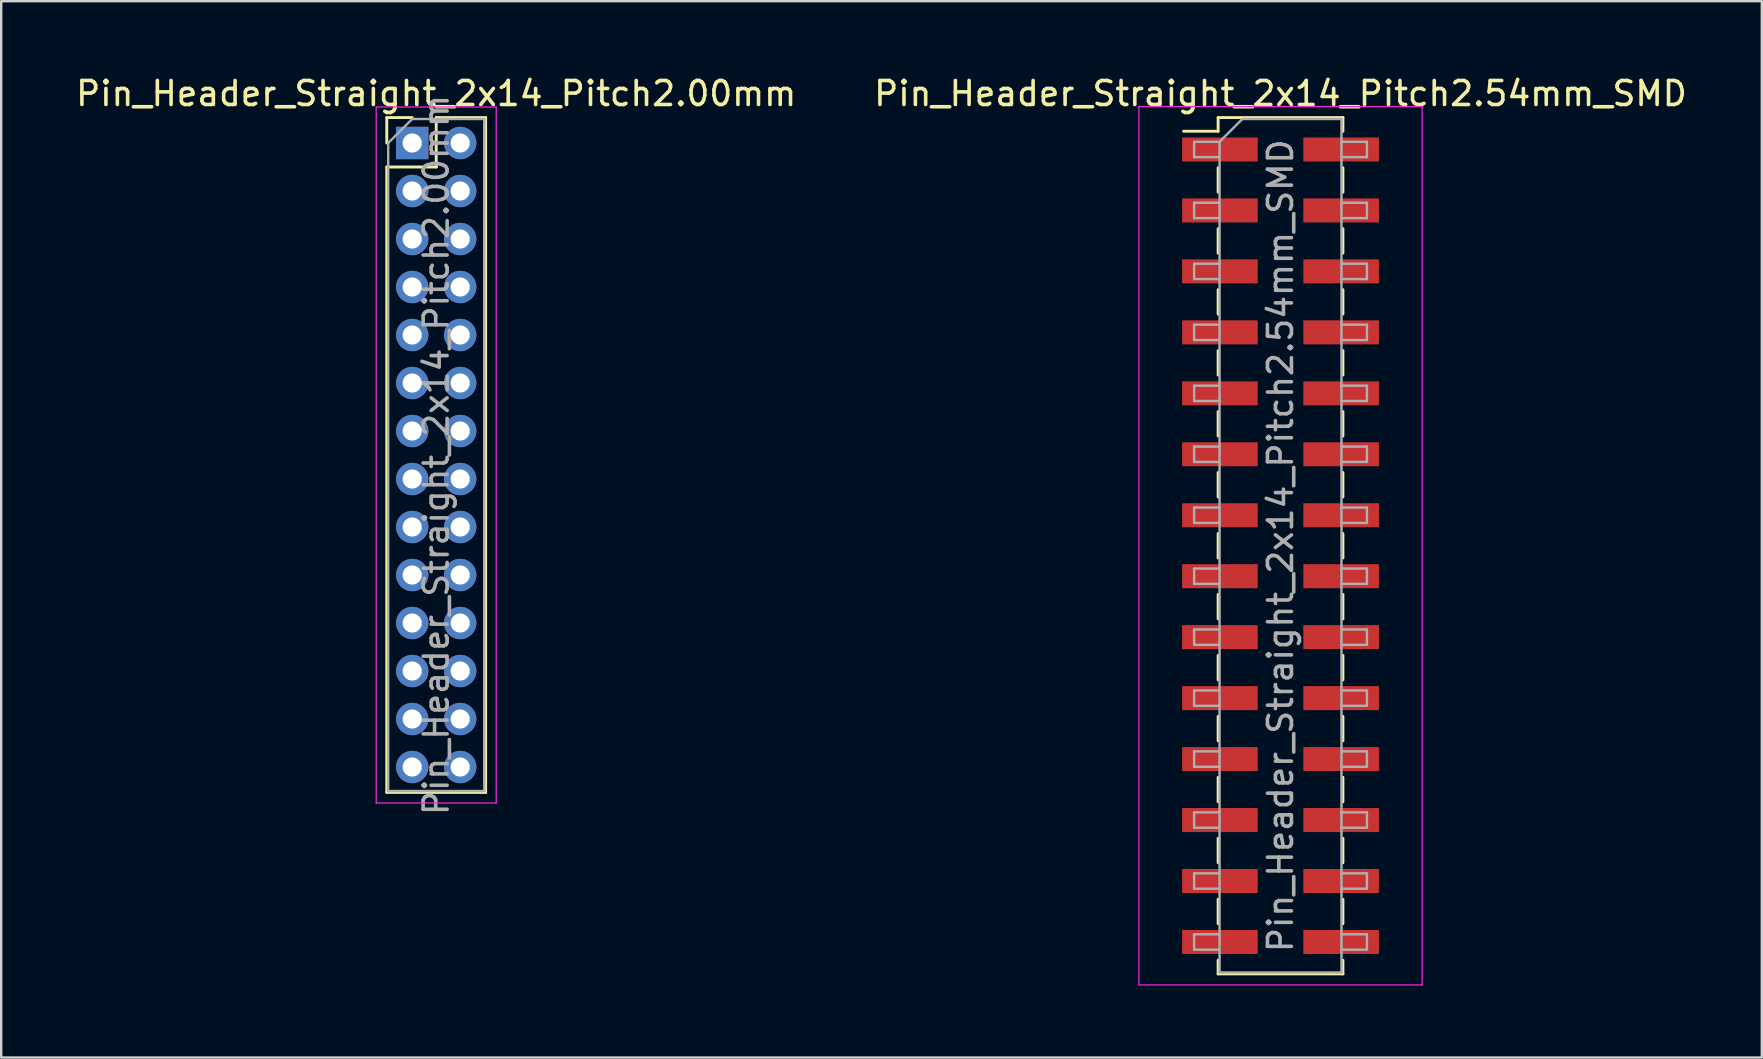
<source format=kicad_pcb>
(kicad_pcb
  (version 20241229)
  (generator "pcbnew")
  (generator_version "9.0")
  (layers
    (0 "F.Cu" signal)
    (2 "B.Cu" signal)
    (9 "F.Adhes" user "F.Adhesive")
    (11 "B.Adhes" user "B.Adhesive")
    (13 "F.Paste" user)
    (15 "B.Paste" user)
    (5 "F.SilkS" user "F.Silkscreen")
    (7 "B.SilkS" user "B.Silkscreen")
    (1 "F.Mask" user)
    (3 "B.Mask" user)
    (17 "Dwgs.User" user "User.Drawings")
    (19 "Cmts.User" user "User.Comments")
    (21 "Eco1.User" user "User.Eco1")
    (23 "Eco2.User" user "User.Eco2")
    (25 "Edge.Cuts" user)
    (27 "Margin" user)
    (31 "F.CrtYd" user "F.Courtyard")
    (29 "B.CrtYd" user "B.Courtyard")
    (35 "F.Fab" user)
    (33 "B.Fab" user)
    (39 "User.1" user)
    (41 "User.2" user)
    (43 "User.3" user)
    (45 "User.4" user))
  (footprint "Pin_Header_Straight_2x14_Pitch2.54mm_SMD"
    (layer "F.Cu")
    (at 50.304 19.688)
    (property "Reference" "Pin_Header_Straight_2x14_Pitch2.54mm_SMD" (at 0 -18.84 0) (layer "F.SilkS") (effects (font (size 1 1) (thickness 0.15))))
    (attr smd)
    (fp_line (start -4.04 -17.27) (end -2.6 -17.27) (stroke (width 0.12) (type solid)) (layer "F.SilkS"))
    (fp_line (start -2.6 -17.84) (end -2.6 -17.27) (stroke (width 0.12) (type solid)) (layer "F.SilkS"))
    (fp_line (start -2.6 -17.84) (end 2.6 -17.84) (stroke (width 0.12) (type solid)) (layer "F.SilkS"))
    (fp_line (start -2.6 -15.75) (end -2.6 -14.73) (stroke (width 0.12) (type solid)) (layer "F.SilkS"))
    (fp_line (start -2.6 -13.21) (end -2.6 -12.19) (stroke (width 0.12) (type solid)) (layer "F.SilkS"))
    (fp_line (start -2.6 -10.67) (end -2.6 -9.65) (stroke (width 0.12) (type solid)) (layer "F.SilkS"))
    (fp_line (start -2.6 -8.13) (end -2.6 -7.11) (stroke (width 0.12) (type solid)) (layer "F.SilkS"))
    (fp_line (start -2.6 -5.59) (end -2.6 -4.57) (stroke (width 0.12) (type solid)) (layer "F.SilkS"))
    (fp_line (start -2.6 -3.05) (end -2.6 -2.03) (stroke (width 0.12) (type solid)) (layer "F.SilkS"))
    (fp_line (start -2.6 -0.51) (end -2.6 0.51) (stroke (width 0.12) (type solid)) (layer "F.SilkS"))
    (fp_line (start -2.6 2.03) (end -2.6 3.05) (stroke (width 0.12) (type solid)) (layer "F.SilkS"))
    (fp_line (start -2.6 4.57) (end -2.6 5.59) (stroke (width 0.12) (type solid)) (layer "F.SilkS"))
    (fp_line (start -2.6 7.11) (end -2.6 8.13) (stroke (width 0.12) (type solid)) (layer "F.SilkS"))
    (fp_line (start -2.6 9.65) (end -2.6 10.67) (stroke (width 0.12) (type solid)) (layer "F.SilkS"))
    (fp_line (start -2.6 12.19) (end -2.6 13.21) (stroke (width 0.12) (type solid)) (layer "F.SilkS"))
    (fp_line (start -2.6 14.73) (end -2.6 15.75) (stroke (width 0.12) (type solid)) (layer "F.SilkS"))
    (fp_line (start -2.6 17.27) (end -2.6 17.84) (stroke (width 0.12) (type solid)) (layer "F.SilkS"))
    (fp_line (start -2.6 17.84) (end 2.6 17.84) (stroke (width 0.12) (type solid)) (layer "F.SilkS"))
    (fp_line (start 2.6 -17.84) (end 2.6 -17.27) (stroke (width 0.12) (type solid)) (layer "F.SilkS"))
    (fp_line (start 2.6 -15.75) (end 2.6 -14.73) (stroke (width 0.12) (type solid)) (layer "F.SilkS"))
    (fp_line (start 2.6 -13.21) (end 2.6 -12.19) (stroke (width 0.12) (type solid)) (layer "F.SilkS"))
    (fp_line (start 2.6 -10.67) (end 2.6 -9.65) (stroke (width 0.12) (type solid)) (layer "F.SilkS"))
    (fp_line (start 2.6 -8.13) (end 2.6 -7.11) (stroke (width 0.12) (type solid)) (layer "F.SilkS"))
    (fp_line (start 2.6 -5.59) (end 2.6 -4.57) (stroke (width 0.12) (type solid)) (layer "F.SilkS"))
    (fp_line (start 2.6 -3.05) (end 2.6 -2.03) (stroke (width 0.12) (type solid)) (layer "F.SilkS"))
    (fp_line (start 2.6 -0.51) (end 2.6 0.51) (stroke (width 0.12) (type solid)) (layer "F.SilkS"))
    (fp_line (start 2.6 2.03) (end 2.6 3.05) (stroke (width 0.12) (type solid)) (layer "F.SilkS"))
    (fp_line (start 2.6 4.57) (end 2.6 5.59) (stroke (width 0.12) (type solid)) (layer "F.SilkS"))
    (fp_line (start 2.6 7.11) (end 2.6 8.13) (stroke (width 0.12) (type solid)) (layer "F.SilkS"))
    (fp_line (start 2.6 9.65) (end 2.6 10.67) (stroke (width 0.12) (type solid)) (layer "F.SilkS"))
    (fp_line (start 2.6 12.19) (end 2.6 13.21) (stroke (width 0.12) (type solid)) (layer "F.SilkS"))
    (fp_line (start 2.6 14.73) (end 2.6 15.75) (stroke (width 0.12) (type solid)) (layer "F.SilkS"))
    (fp_line (start 2.6 17.27) (end 2.6 17.84) (stroke (width 0.12) (type solid)) (layer "F.SilkS"))
    (fp_line (start -5.9 -18.3) (end -5.9 18.3) (stroke (width 0.05) (type solid)) (layer "F.CrtYd"))
    (fp_line (start -5.9 18.3) (end 5.9 18.3) (stroke (width 0.05) (type solid)) (layer "F.CrtYd"))
    (fp_line (start 5.9 -18.3) (end -5.9 -18.3) (stroke (width 0.05) (type solid)) (layer "F.CrtYd"))
    (fp_line (start 5.9 18.3) (end 5.9 -18.3) (stroke (width 0.05) (type solid)) (layer "F.CrtYd"))
    (fp_line (start -3.6 -16.83) (end -3.6 -16.19) (stroke (width 0.1) (type solid)) (layer "F.Fab"))
    (fp_line (start -3.6 -16.19) (end -2.54 -16.19) (stroke (width 0.1) (type solid)) (layer "F.Fab"))
    (fp_line (start -3.6 -14.29) (end -3.6 -13.65) (stroke (width 0.1) (type solid)) (layer "F.Fab"))
    (fp_line (start -3.6 -13.65) (end -2.54 -13.65) (stroke (width 0.1) (type solid)) (layer "F.Fab"))
    (fp_line (start -3.6 -11.75) (end -3.6 -11.11) (stroke (width 0.1) (type solid)) (layer "F.Fab"))
    (fp_line (start -3.6 -11.11) (end -2.54 -11.11) (stroke (width 0.1) (type solid)) (layer "F.Fab"))
    (fp_line (start -3.6 -9.21) (end -3.6 -8.57) (stroke (width 0.1) (type solid)) (layer "F.Fab"))
    (fp_line (start -3.6 -8.57) (end -2.54 -8.57) (stroke (width 0.1) (type solid)) (layer "F.Fab"))
    (fp_line (start -3.6 -6.67) (end -3.6 -6.03) (stroke (width 0.1) (type solid)) (layer "F.Fab"))
    (fp_line (start -3.6 -6.03) (end -2.54 -6.03) (stroke (width 0.1) (type solid)) (layer "F.Fab"))
    (fp_line (start -3.6 -4.13) (end -3.6 -3.49) (stroke (width 0.1) (type solid)) (layer "F.Fab"))
    (fp_line (start -3.6 -3.49) (end -2.54 -3.49) (stroke (width 0.1) (type solid)) (layer "F.Fab"))
    (fp_line (start -3.6 -1.59) (end -3.6 -0.95) (stroke (width 0.1) (type solid)) (layer "F.Fab"))
    (fp_line (start -3.6 -0.95) (end -2.54 -0.95) (stroke (width 0.1) (type solid)) (layer "F.Fab"))
    (fp_line (start -3.6 0.95) (end -3.6 1.59) (stroke (width 0.1) (type solid)) (layer "F.Fab"))
    (fp_line (start -3.6 1.59) (end -2.54 1.59) (stroke (width 0.1) (type solid)) (layer "F.Fab"))
    (fp_line (start -3.6 3.49) (end -3.6 4.13) (stroke (width 0.1) (type solid)) (layer "F.Fab"))
    (fp_line (start -3.6 4.13) (end -2.54 4.13) (stroke (width 0.1) (type solid)) (layer "F.Fab"))
    (fp_line (start -3.6 6.03) (end -3.6 6.67) (stroke (width 0.1) (type solid)) (layer "F.Fab"))
    (fp_line (start -3.6 6.67) (end -2.54 6.67) (stroke (width 0.1) (type solid)) (layer "F.Fab"))
    (fp_line (start -3.6 8.57) (end -3.6 9.21) (stroke (width 0.1) (type solid)) (layer "F.Fab"))
    (fp_line (start -3.6 9.21) (end -2.54 9.21) (stroke (width 0.1) (type solid)) (layer "F.Fab"))
    (fp_line (start -3.6 11.11) (end -3.6 11.75) (stroke (width 0.1) (type solid)) (layer "F.Fab"))
    (fp_line (start -3.6 11.75) (end -2.54 11.75) (stroke (width 0.1) (type solid)) (layer "F.Fab"))
    (fp_line (start -3.6 13.65) (end -3.6 14.29) (stroke (width 0.1) (type solid)) (layer "F.Fab"))
    (fp_line (start -3.6 14.29) (end -2.54 14.29) (stroke (width 0.1) (type solid)) (layer "F.Fab"))
    (fp_line (start -3.6 16.19) (end -3.6 16.83) (stroke (width 0.1) (type solid)) (layer "F.Fab"))
    (fp_line (start -3.6 16.83) (end -2.54 16.83) (stroke (width 0.1) (type solid)) (layer "F.Fab"))
    (fp_line (start -2.54 -16.83) (end -3.6 -16.83) (stroke (width 0.1) (type solid)) (layer "F.Fab"))
    (fp_line (start -2.54 -16.83) (end -1.59 -17.78) (stroke (width 0.1) (type solid)) (layer "F.Fab"))
    (fp_line (start -2.54 -14.29) (end -3.6 -14.29) (stroke (width 0.1) (type solid)) (layer "F.Fab"))
    (fp_line (start -2.54 -11.75) (end -3.6 -11.75) (stroke (width 0.1) (type solid)) (layer "F.Fab"))
    (fp_line (start -2.54 -9.21) (end -3.6 -9.21) (stroke (width 0.1) (type solid)) (layer "F.Fab"))
    (fp_line (start -2.54 -6.67) (end -3.6 -6.67) (stroke (width 0.1) (type solid)) (layer "F.Fab"))
    (fp_line (start -2.54 -4.13) (end -3.6 -4.13) (stroke (width 0.1) (type solid)) (layer "F.Fab"))
    (fp_line (start -2.54 -1.59) (end -3.6 -1.59) (stroke (width 0.1) (type solid)) (layer "F.Fab"))
    (fp_line (start -2.54 0.95) (end -3.6 0.95) (stroke (width 0.1) (type solid)) (layer "F.Fab"))
    (fp_line (start -2.54 3.49) (end -3.6 3.49) (stroke (width 0.1) (type solid)) (layer "F.Fab"))
    (fp_line (start -2.54 6.03) (end -3.6 6.03) (stroke (width 0.1) (type solid)) (layer "F.Fab"))
    (fp_line (start -2.54 8.57) (end -3.6 8.57) (stroke (width 0.1) (type solid)) (layer "F.Fab"))
    (fp_line (start -2.54 11.11) (end -3.6 11.11) (stroke (width 0.1) (type solid)) (layer "F.Fab"))
    (fp_line (start -2.54 13.65) (end -3.6 13.65) (stroke (width 0.1) (type solid)) (layer "F.Fab"))
    (fp_line (start -2.54 16.19) (end -3.6 16.19) (stroke (width 0.1) (type solid)) (layer "F.Fab"))
    (fp_line (start -2.54 17.78) (end -2.54 -16.83) (stroke (width 0.1) (type solid)) (layer "F.Fab"))
    (fp_line (start -1.59 -17.78) (end 2.54 -17.78) (stroke (width 0.1) (type solid)) (layer "F.Fab"))
    (fp_line (start 2.54 -17.78) (end 2.54 17.78) (stroke (width 0.1) (type solid)) (layer "F.Fab"))
    (fp_line (start 2.54 -16.83) (end 3.6 -16.83) (stroke (width 0.1) (type solid)) (layer "F.Fab"))
    (fp_line (start 2.54 -14.29) (end 3.6 -14.29) (stroke (width 0.1) (type solid)) (layer "F.Fab"))
    (fp_line (start 2.54 -11.75) (end 3.6 -11.75) (stroke (width 0.1) (type solid)) (layer "F.Fab"))
    (fp_line (start 2.54 -9.21) (end 3.6 -9.21) (stroke (width 0.1) (type solid)) (layer "F.Fab"))
    (fp_line (start 2.54 -6.67) (end 3.6 -6.67) (stroke (width 0.1) (type solid)) (layer "F.Fab"))
    (fp_line (start 2.54 -4.13) (end 3.6 -4.13) (stroke (width 0.1) (type solid)) (layer "F.Fab"))
    (fp_line (start 2.54 -1.59) (end 3.6 -1.59) (stroke (width 0.1) (type solid)) (layer "F.Fab"))
    (fp_line (start 2.54 0.95) (end 3.6 0.95) (stroke (width 0.1) (type solid)) (layer "F.Fab"))
    (fp_line (start 2.54 3.49) (end 3.6 3.49) (stroke (width 0.1) (type solid)) (layer "F.Fab"))
    (fp_line (start 2.54 6.03) (end 3.6 6.03) (stroke (width 0.1) (type solid)) (layer "F.Fab"))
    (fp_line (start 2.54 8.57) (end 3.6 8.57) (stroke (width 0.1) (type solid)) (layer "F.Fab"))
    (fp_line (start 2.54 11.11) (end 3.6 11.11) (stroke (width 0.1) (type solid)) (layer "F.Fab"))
    (fp_line (start 2.54 13.65) (end 3.6 13.65) (stroke (width 0.1) (type solid)) (layer "F.Fab"))
    (fp_line (start 2.54 16.19) (end 3.6 16.19) (stroke (width 0.1) (type solid)) (layer "F.Fab"))
    (fp_line (start 2.54 17.78) (end -2.54 17.78) (stroke (width 0.1) (type solid)) (layer "F.Fab"))
    (fp_line (start 3.6 -16.83) (end 3.6 -16.19) (stroke (width 0.1) (type solid)) (layer "F.Fab"))
    (fp_line (start 3.6 -16.19) (end 2.54 -16.19) (stroke (width 0.1) (type solid)) (layer "F.Fab"))
    (fp_line (start 3.6 -14.29) (end 3.6 -13.65) (stroke (width 0.1) (type solid)) (layer "F.Fab"))
    (fp_line (start 3.6 -13.65) (end 2.54 -13.65) (stroke (width 0.1) (type solid)) (layer "F.Fab"))
    (fp_line (start 3.6 -11.75) (end 3.6 -11.11) (stroke (width 0.1) (type solid)) (layer "F.Fab"))
    (fp_line (start 3.6 -11.11) (end 2.54 -11.11) (stroke (width 0.1) (type solid)) (layer "F.Fab"))
    (fp_line (start 3.6 -9.21) (end 3.6 -8.57) (stroke (width 0.1) (type solid)) (layer "F.Fab"))
    (fp_line (start 3.6 -8.57) (end 2.54 -8.57) (stroke (width 0.1) (type solid)) (layer "F.Fab"))
    (fp_line (start 3.6 -6.67) (end 3.6 -6.03) (stroke (width 0.1) (type solid)) (layer "F.Fab"))
    (fp_line (start 3.6 -6.03) (end 2.54 -6.03) (stroke (width 0.1) (type solid)) (layer "F.Fab"))
    (fp_line (start 3.6 -4.13) (end 3.6 -3.49) (stroke (width 0.1) (type solid)) (layer "F.Fab"))
    (fp_line (start 3.6 -3.49) (end 2.54 -3.49) (stroke (width 0.1) (type solid)) (layer "F.Fab"))
    (fp_line (start 3.6 -1.59) (end 3.6 -0.95) (stroke (width 0.1) (type solid)) (layer "F.Fab"))
    (fp_line (start 3.6 -0.95) (end 2.54 -0.95) (stroke (width 0.1) (type solid)) (layer "F.Fab"))
    (fp_line (start 3.6 0.95) (end 3.6 1.59) (stroke (width 0.1) (type solid)) (layer "F.Fab"))
    (fp_line (start 3.6 1.59) (end 2.54 1.59) (stroke (width 0.1) (type solid)) (layer "F.Fab"))
    (fp_line (start 3.6 3.49) (end 3.6 4.13) (stroke (width 0.1) (type solid)) (layer "F.Fab"))
    (fp_line (start 3.6 4.13) (end 2.54 4.13) (stroke (width 0.1) (type solid)) (layer "F.Fab"))
    (fp_line (start 3.6 6.03) (end 3.6 6.67) (stroke (width 0.1) (type solid)) (layer "F.Fab"))
    (fp_line (start 3.6 6.67) (end 2.54 6.67) (stroke (width 0.1) (type solid)) (layer "F.Fab"))
    (fp_line (start 3.6 8.57) (end 3.6 9.21) (stroke (width 0.1) (type solid)) (layer "F.Fab"))
    (fp_line (start 3.6 9.21) (end 2.54 9.21) (stroke (width 0.1) (type solid)) (layer "F.Fab"))
    (fp_line (start 3.6 11.11) (end 3.6 11.75) (stroke (width 0.1) (type solid)) (layer "F.Fab"))
    (fp_line (start 3.6 11.75) (end 2.54 11.75) (stroke (width 0.1) (type solid)) (layer "F.Fab"))
    (fp_line (start 3.6 13.65) (end 3.6 14.29) (stroke (width 0.1) (type solid)) (layer "F.Fab"))
    (fp_line (start 3.6 14.29) (end 2.54 14.29) (stroke (width 0.1) (type solid)) (layer "F.Fab"))
    (fp_line (start 3.6 16.19) (end 3.6 16.83) (stroke (width 0.1) (type solid)) (layer "F.Fab"))
    (fp_line (start 3.6 16.83) (end 2.54 16.83) (stroke (width 0.1) (type solid)) (layer "F.Fab"))
    (fp_text user "${REFERENCE}" (at 0 0 90) (layer "F.Fab") (effects (font (size 1 1) (thickness 0.15))))
    (pad "1" smd rect (at -2.525 -16.51) (size 3.15 1) (layers "F.Cu" "F.Mask" "F.Paste"))
    (pad "2" smd rect (at 2.525 -16.51) (size 3.15 1) (layers "F.Cu" "F.Mask" "F.Paste"))
    (pad "3" smd rect (at -2.525 -13.97) (size 3.15 1) (layers "F.Cu" "F.Mask" "F.Paste"))
    (pad "4" smd rect (at 2.525 -13.97) (size 3.15 1) (layers "F.Cu" "F.Mask" "F.Paste"))
    (pad "5" smd rect (at -2.525 -11.43) (size 3.15 1) (layers "F.Cu" "F.Mask" "F.Paste"))
    (pad "6" smd rect (at 2.525 -11.43) (size 3.15 1) (layers "F.Cu" "F.Mask" "F.Paste"))
    (pad "7" smd rect (at -2.525 -8.89) (size 3.15 1) (layers "F.Cu" "F.Mask" "F.Paste"))
    (pad "8" smd rect (at 2.525 -8.89) (size 3.15 1) (layers "F.Cu" "F.Mask" "F.Paste"))
    (pad "9" smd rect (at -2.525 -6.35) (size 3.15 1) (layers "F.Cu" "F.Mask" "F.Paste"))
    (pad "10" smd rect (at 2.525 -6.35) (size 3.15 1) (layers "F.Cu" "F.Mask" "F.Paste"))
    (pad "11" smd rect (at -2.525 -3.81) (size 3.15 1) (layers "F.Cu" "F.Mask" "F.Paste"))
    (pad "12" smd rect (at 2.525 -3.81) (size 3.15 1) (layers "F.Cu" "F.Mask" "F.Paste"))
    (pad "13" smd rect (at -2.525 -1.27) (size 3.15 1) (layers "F.Cu" "F.Mask" "F.Paste"))
    (pad "14" smd rect (at 2.525 -1.27) (size 3.15 1) (layers "F.Cu" "F.Mask" "F.Paste"))
    (pad "15" smd rect (at -2.525 1.27) (size 3.15 1) (layers "F.Cu" "F.Mask" "F.Paste"))
    (pad "16" smd rect (at 2.525 1.27) (size 3.15 1) (layers "F.Cu" "F.Mask" "F.Paste"))
    (pad "17" smd rect (at -2.525 3.81) (size 3.15 1) (layers "F.Cu" "F.Mask" "F.Paste"))
    (pad "18" smd rect (at 2.525 3.81) (size 3.15 1) (layers "F.Cu" "F.Mask" "F.Paste"))
    (pad "19" smd rect (at -2.525 6.35) (size 3.15 1) (layers "F.Cu" "F.Mask" "F.Paste"))
    (pad "20" smd rect (at 2.525 6.35) (size 3.15 1) (layers "F.Cu" "F.Mask" "F.Paste"))
    (pad "21" smd rect (at -2.525 8.89) (size 3.15 1) (layers "F.Cu" "F.Mask" "F.Paste"))
    (pad "22" smd rect (at 2.525 8.89) (size 3.15 1) (layers "F.Cu" "F.Mask" "F.Paste"))
    (pad "23" smd rect (at -2.525 11.43) (size 3.15 1) (layers "F.Cu" "F.Mask" "F.Paste"))
    (pad "24" smd rect (at 2.525 11.43) (size 3.15 1) (layers "F.Cu" "F.Mask" "F.Paste"))
    (pad "25" smd rect (at -2.525 13.97) (size 3.15 1) (layers "F.Cu" "F.Mask" "F.Paste"))
    (pad "26" smd rect (at 2.525 13.97) (size 3.15 1) (layers "F.Cu" "F.Mask" "F.Paste"))
    (pad "27" smd rect (at -2.525 16.51) (size 3.15 1) (layers "F.Cu" "F.Mask" "F.Paste"))
    (pad "28" smd rect (at 2.525 16.51) (size 3.15 1) (layers "F.Cu" "F.Mask" "F.Paste")))
  (footprint "Pin_Header_Straight_2x14_Pitch2.00mm"
    (layer "F.Cu")
    (at 14.125 2.908)
    (property "Reference" "Pin_Header_Straight_2x14_Pitch2.00mm" (at 1 -2.06 0) (layer "F.SilkS") (effects (font (size 1 1) (thickness 0.15))))
    (attr through_hole)
    (fp_line (start -1.06 -1.06) (end 0 -1.06) (stroke (width 0.12) (type solid)) (layer "F.SilkS"))
    (fp_line (start -1.06 0) (end -1.06 -1.06) (stroke (width 0.12) (type solid)) (layer "F.SilkS"))
    (fp_line (start -1.06 1) (end -1.06 27.06) (stroke (width 0.12) (type solid)) (layer "F.SilkS"))
    (fp_line (start -1.06 1) (end 1 1) (stroke (width 0.12) (type solid)) (layer "F.SilkS"))
    (fp_line (start -1.06 27.06) (end 3.06 27.06) (stroke (width 0.12) (type solid)) (layer "F.SilkS"))
    (fp_line (start 1 -1.06) (end 3.06 -1.06) (stroke (width 0.12) (type solid)) (layer "F.SilkS"))
    (fp_line (start 1 1) (end 1 -1.06) (stroke (width 0.12) (type solid)) (layer "F.SilkS"))
    (fp_line (start 3.06 -1.06) (end 3.06 27.06) (stroke (width 0.12) (type solid)) (layer "F.SilkS"))
    (fp_line (start -1.5 -1.5) (end -1.5 27.5) (stroke (width 0.05) (type solid)) (layer "F.CrtYd"))
    (fp_line (start -1.5 27.5) (end 3.5 27.5) (stroke (width 0.05) (type solid)) (layer "F.CrtYd"))
    (fp_line (start 3.5 -1.5) (end -1.5 -1.5) (stroke (width 0.05) (type solid)) (layer "F.CrtYd"))
    (fp_line (start 3.5 27.5) (end 3.5 -1.5) (stroke (width 0.05) (type solid)) (layer "F.CrtYd"))
    (fp_line (start -1 0) (end 0 -1) (stroke (width 0.1) (type solid)) (layer "F.Fab"))
    (fp_line (start -1 27) (end -1 0) (stroke (width 0.1) (type solid)) (layer "F.Fab"))
    (fp_line (start 0 -1) (end 3 -1) (stroke (width 0.1) (type solid)) (layer "F.Fab"))
    (fp_line (start 3 -1) (end 3 27) (stroke (width 0.1) (type solid)) (layer "F.Fab"))
    (fp_line (start 3 27) (end -1 27) (stroke (width 0.1) (type solid)) (layer "F.Fab"))
    (fp_text user "${REFERENCE}" (at 1 13 90) (layer "F.Fab") (effects (font (size 1 1) (thickness 0.15))))
    (pad "1" thru_hole rect (at 0 0) (size 1.35 1.35) (drill 0.8) (layers "*.Cu" "*.Mask"))
    (pad "2" thru_hole oval (at 2 0) (size 1.35 1.35) (drill 0.8) (layers "*.Cu" "*.Mask"))
    (pad "3" thru_hole oval (at 0 2) (size 1.35 1.35) (drill 0.8) (layers "*.Cu" "*.Mask"))
    (pad "4" thru_hole oval (at 2 2) (size 1.35 1.35) (drill 0.8) (layers "*.Cu" "*.Mask"))
    (pad "5" thru_hole oval (at 0 4) (size 1.35 1.35) (drill 0.8) (layers "*.Cu" "*.Mask"))
    (pad "6" thru_hole oval (at 2 4) (size 1.35 1.35) (drill 0.8) (layers "*.Cu" "*.Mask"))
    (pad "7" thru_hole oval (at 0 6) (size 1.35 1.35) (drill 0.8) (layers "*.Cu" "*.Mask"))
    (pad "8" thru_hole oval (at 2 6) (size 1.35 1.35) (drill 0.8) (layers "*.Cu" "*.Mask"))
    (pad "9" thru_hole oval (at 0 8) (size 1.35 1.35) (drill 0.8) (layers "*.Cu" "*.Mask"))
    (pad "10" thru_hole oval (at 2 8) (size 1.35 1.35) (drill 0.8) (layers "*.Cu" "*.Mask"))
    (pad "11" thru_hole oval (at 0 10) (size 1.35 1.35) (drill 0.8) (layers "*.Cu" "*.Mask"))
    (pad "12" thru_hole oval (at 2 10) (size 1.35 1.35) (drill 0.8) (layers "*.Cu" "*.Mask"))
    (pad "13" thru_hole oval (at 0 12) (size 1.35 1.35) (drill 0.8) (layers "*.Cu" "*.Mask"))
    (pad "14" thru_hole oval (at 2 12) (size 1.35 1.35) (drill 0.8) (layers "*.Cu" "*.Mask"))
    (pad "15" thru_hole oval (at 0 14) (size 1.35 1.35) (drill 0.8) (layers "*.Cu" "*.Mask"))
    (pad "16" thru_hole oval (at 2 14) (size 1.35 1.35) (drill 0.8) (layers "*.Cu" "*.Mask"))
    (pad "17" thru_hole oval (at 0 16) (size 1.35 1.35) (drill 0.8) (layers "*.Cu" "*.Mask"))
    (pad "18" thru_hole oval (at 2 16) (size 1.35 1.35) (drill 0.8) (layers "*.Cu" "*.Mask"))
    (pad "19" thru_hole oval (at 0 18) (size 1.35 1.35) (drill 0.8) (layers "*.Cu" "*.Mask"))
    (pad "20" thru_hole oval (at 2 18) (size 1.35 1.35) (drill 0.8) (layers "*.Cu" "*.Mask"))
    (pad "21" thru_hole oval (at 0 20) (size 1.35 1.35) (drill 0.8) (layers "*.Cu" "*.Mask"))
    (pad "22" thru_hole oval (at 2 20) (size 1.35 1.35) (drill 0.8) (layers "*.Cu" "*.Mask"))
    (pad "23" thru_hole oval (at 0 22) (size 1.35 1.35) (drill 0.8) (layers "*.Cu" "*.Mask"))
    (pad "24" thru_hole oval (at 2 22) (size 1.35 1.35) (drill 0.8) (layers "*.Cu" "*.Mask"))
    (pad "25" thru_hole oval (at 0 24) (size 1.35 1.35) (drill 0.8) (layers "*.Cu" "*.Mask"))
    (pad "26" thru_hole oval (at 2 24) (size 1.35 1.35) (drill 0.8) (layers "*.Cu" "*.Mask"))
    (pad "27" thru_hole oval (at 0 26) (size 1.35 1.35) (drill 0.8) (layers "*.Cu" "*.Mask"))
    (pad "28" thru_hole oval (at 2 26) (size 1.35 1.35) (drill 0.8) (layers "*.Cu" "*.Mask")))
  (gr_rect
    (start -3 -3)
    (end 70.357 41.013)
    (stroke (width 0.1) (type default))
    (fill no)
    (layer "Edge.Cuts")))
</source>
